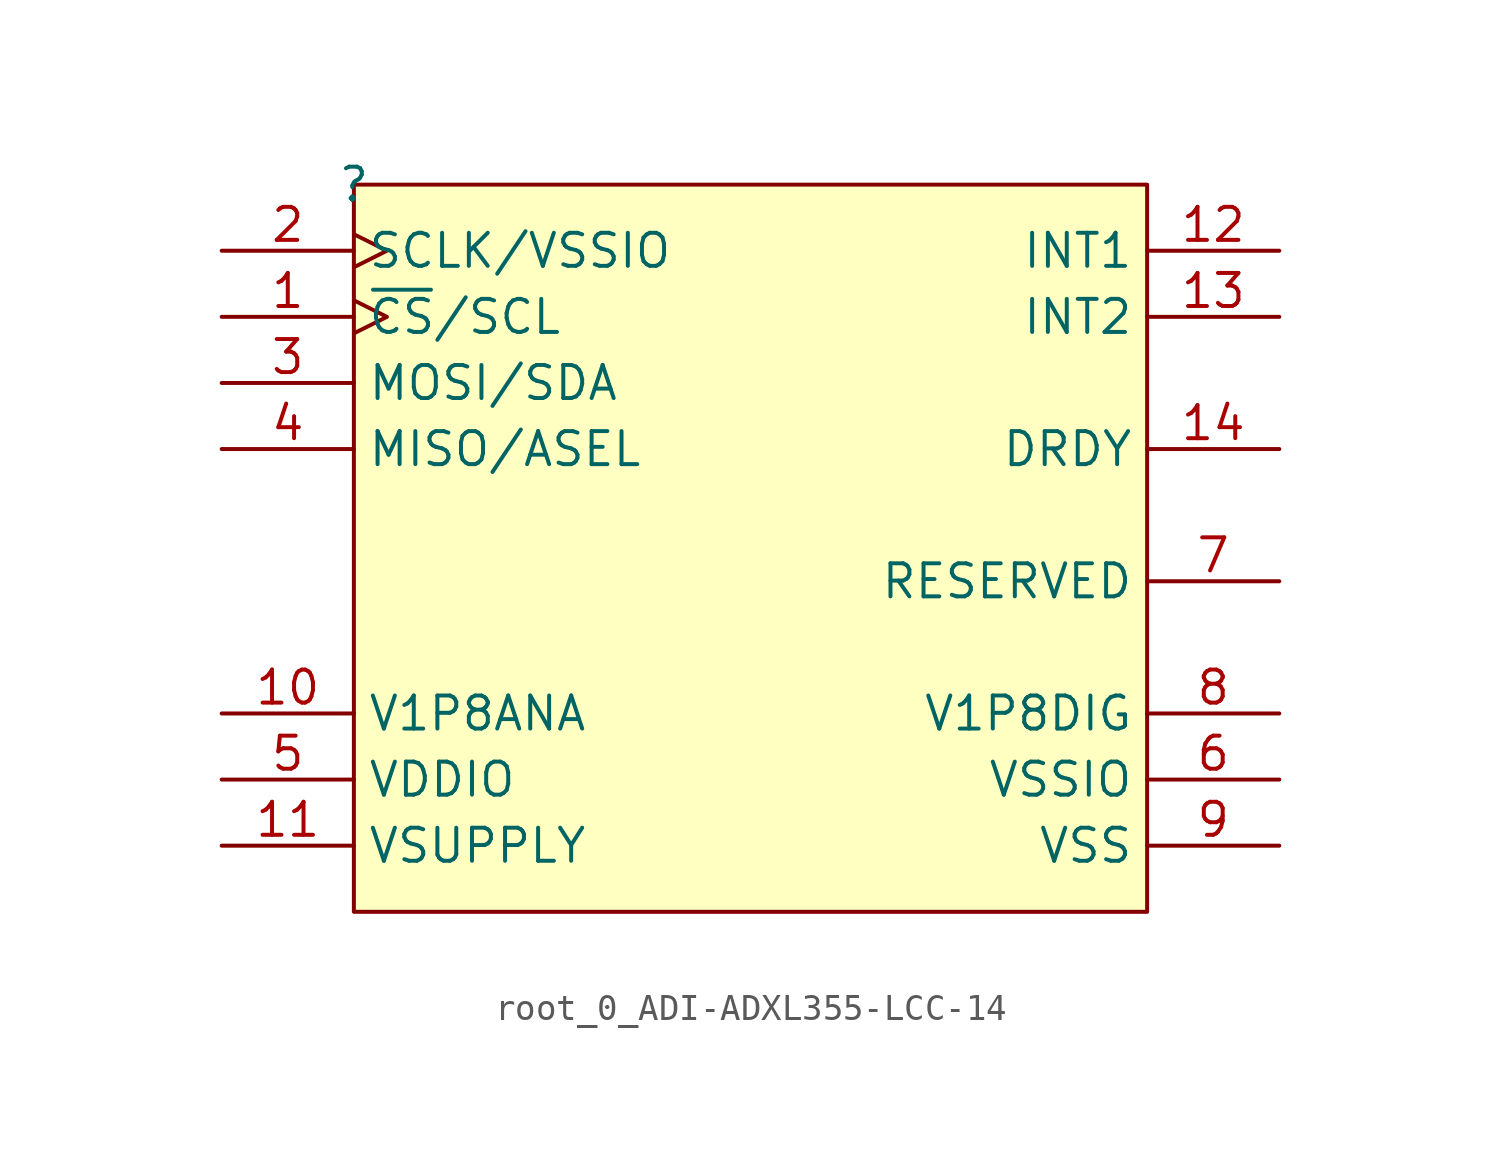
<source format=kicad_sym>
(kicad_symbol_lib
  (version 20220914)
  (generator kicad_symbol_editor)
  (symbol "root_0_ADI-ADXL355-LCC-14"
    (property "Reference" ""
      (at 0 0 0)
      (effects (font (size 1.27 1.27))))
    (property "Value" ""
      (at 0 0 0)
      (effects (font (size 1.27 1.27))))
    (symbol "root_0_ADI-ADXL355-LCC-14_1_0"
      (rectangle (start 30.48 0) (end 0 -27.94) (stroke (width 0) (type solid)) (fill (type background)))
      (pin input clock (at -5.08 -5.08 0) (length 5.08) (name "~{CS}/SCL" (effects (font (size 1.27 1.27)))) (number "1" (effects (font (size 1.27 1.27)))))
      (pin power_in line (at -5.08 -20.32 0) (length 5.08) (name "V1P8ANA" (effects (font (size 1.27 1.27)))) (number "10" (effects (font (size 1.27 1.27)))))
      (pin power_in line (at -5.08 -25.4 0) (length 5.08) (name "VSUPPLY" (effects (font (size 1.27 1.27)))) (number "11" (effects (font (size 1.27 1.27)))))
      (pin output line (at 35.56 -2.54 180) (length 5.08) (name "INT1" (effects (font (size 1.27 1.27)))) (number "12" (effects (font (size 1.27 1.27)))))
      (pin output line (at 35.56 -5.08 180) (length 5.08) (name "INT2" (effects (font (size 1.27 1.27)))) (number "13" (effects (font (size 1.27 1.27)))))
      (pin output line (at 35.56 -10.16 180) (length 5.08) (name "DRDY" (effects (font (size 1.27 1.27)))) (number "14" (effects (font (size 1.27 1.27)))))
      (pin input clock (at -5.08 -2.54 0) (length 5.08) (name "SCLK/VSSIO" (effects (font (size 1.27 1.27)))) (number "2" (effects (font (size 1.27 1.27)))))
      (pin bidirectional line (at -5.08 -7.62 0) (length 5.08) (name "MOSI/SDA" (effects (font (size 1.27 1.27)))) (number "3" (effects (font (size 1.27 1.27)))))
      (pin bidirectional line (at -5.08 -10.16 0) (length 5.08) (name "MISO/ASEL" (effects (font (size 1.27 1.27)))) (number "4" (effects (font (size 1.27 1.27)))))
      (pin power_in line (at -5.08 -22.86 0) (length 5.08) (name "VDDIO" (effects (font (size 1.27 1.27)))) (number "5" (effects (font (size 1.27 1.27)))))
      (pin power_in line (at 35.56 -22.86 180) (length 5.08) (name "VSSIO" (effects (font (size 1.27 1.27)))) (number "6" (effects (font (size 1.27 1.27)))))
      (pin passive line (at 35.56 -15.24 180) (length 5.08) (name "RESERVED" (effects (font (size 1.27 1.27)))) (number "7" (effects (font (size 1.27 1.27)))))
      (pin power_in line (at 35.56 -20.32 180) (length 5.08) (name "V1P8DIG" (effects (font (size 1.27 1.27)))) (number "8" (effects (font (size 1.27 1.27)))))
      (pin power_in line (at 35.56 -25.4 180) (length 5.08) (name "VSS" (effects (font (size 1.27 1.27)))) (number "9" (effects (font (size 1.27 1.27))))))))
</source>
